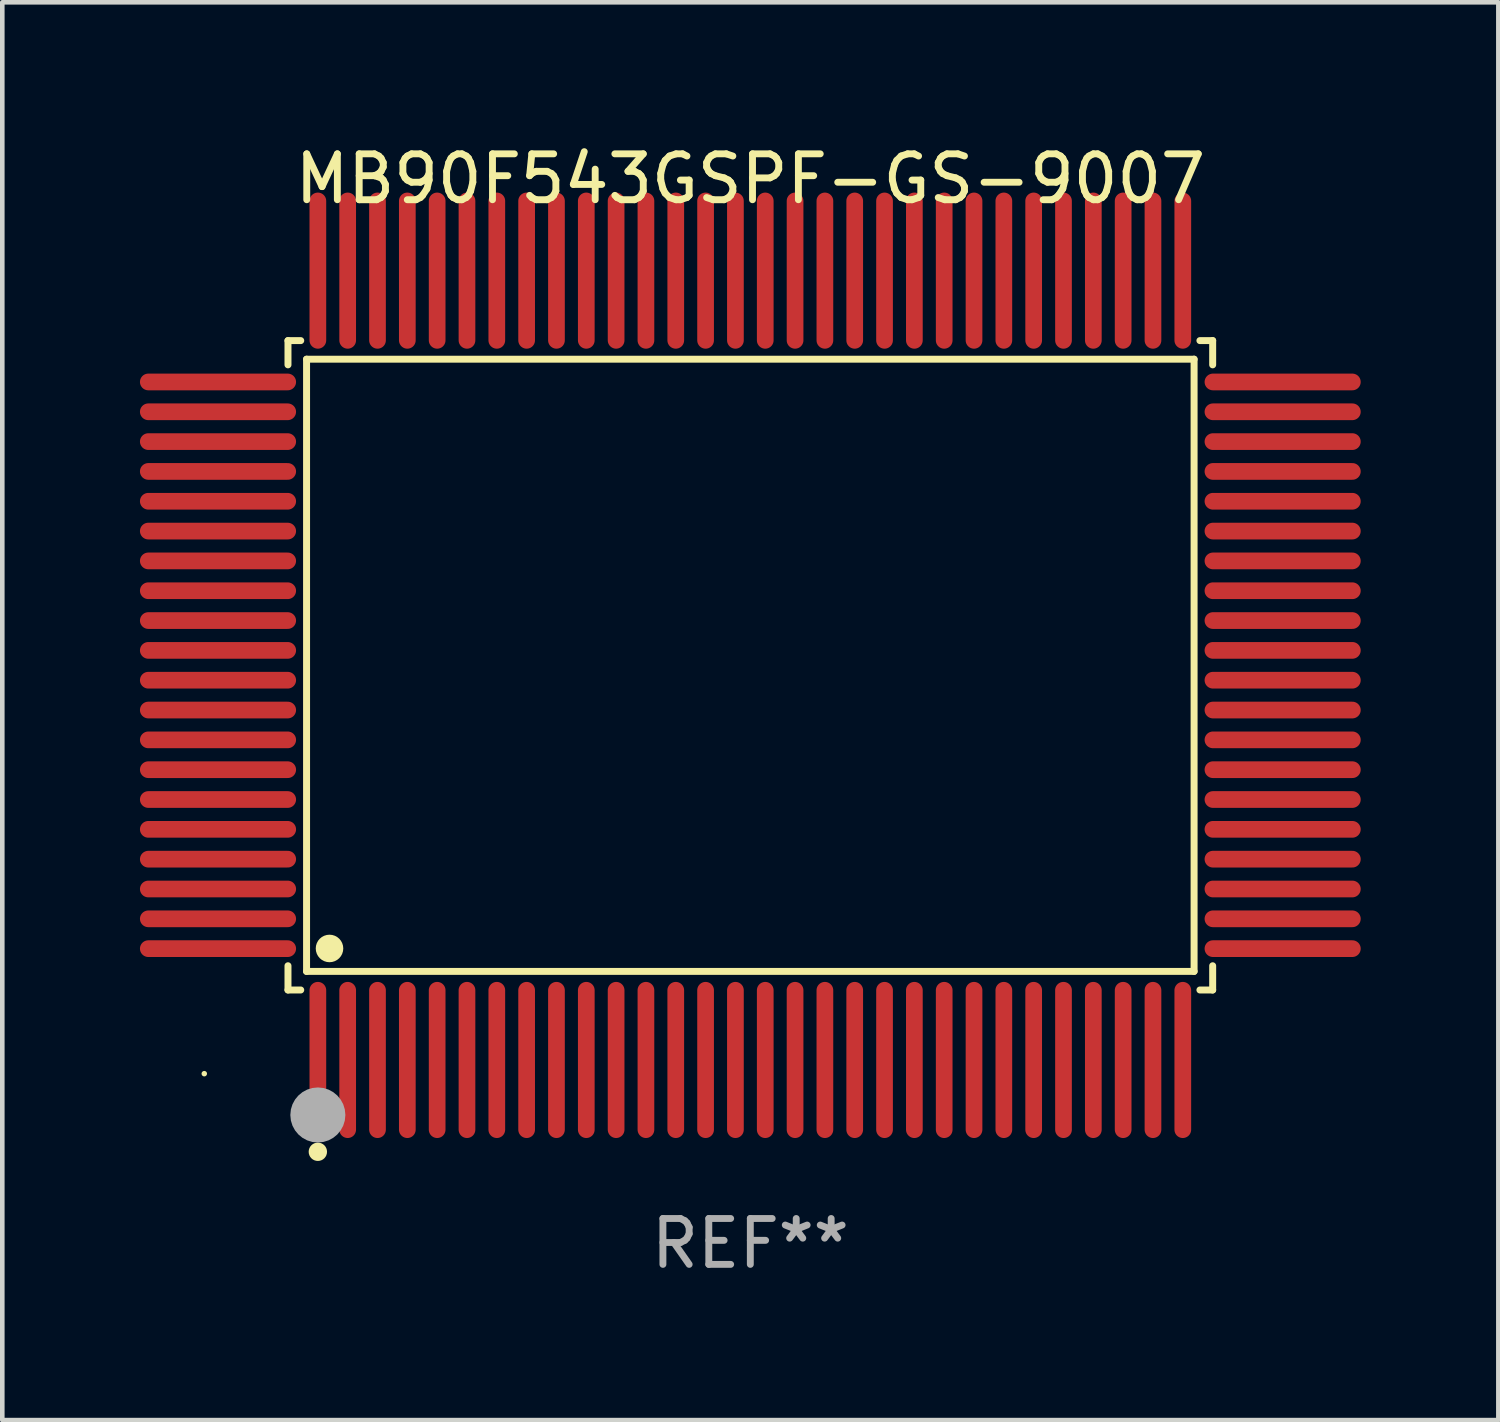
<source format=kicad_pcb>
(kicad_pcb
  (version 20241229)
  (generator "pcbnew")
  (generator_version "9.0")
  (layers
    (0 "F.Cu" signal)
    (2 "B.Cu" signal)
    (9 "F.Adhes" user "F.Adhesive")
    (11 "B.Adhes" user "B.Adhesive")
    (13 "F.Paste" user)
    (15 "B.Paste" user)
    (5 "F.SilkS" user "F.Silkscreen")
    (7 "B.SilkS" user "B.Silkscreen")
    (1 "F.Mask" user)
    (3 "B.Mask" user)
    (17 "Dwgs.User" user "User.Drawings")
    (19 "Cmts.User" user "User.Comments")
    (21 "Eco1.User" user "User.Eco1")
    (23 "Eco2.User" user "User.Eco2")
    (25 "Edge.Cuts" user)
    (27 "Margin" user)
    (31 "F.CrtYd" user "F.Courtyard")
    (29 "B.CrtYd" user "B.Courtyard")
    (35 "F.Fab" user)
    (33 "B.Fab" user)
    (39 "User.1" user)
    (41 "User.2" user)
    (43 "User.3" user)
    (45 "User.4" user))
  (footprint "MB90F543GSPF-GS-9007"
    (layer "F.Cu")
    (at 13.302 11.449)
    (property "Reference" "MB90F543GSPF-GS-9007" (at 0 -10.601 0) (layer "F.SilkS") (effects (font (size 1 1) (thickness 0.15))))
    (attr through_hole)
    (fp_line (start -10.076 -7.076) (end -9.798 -7.076) (stroke (width 0.152) (type solid)) (layer "F.SilkS"))
    (fp_line (start -10.076 -6.548) (end -10.076 -7.076) (stroke (width 0.152) (type solid)) (layer "F.SilkS"))
    (fp_line (start -10.076 6.548) (end -10.076 7.076) (stroke (width 0.152) (type solid)) (layer "F.SilkS"))
    (fp_line (start -10.076 7.076) (end -9.798 7.076) (stroke (width 0.152) (type solid)) (layer "F.SilkS"))
    (fp_line (start -9.671 -6.671) (end 9.671 -6.671) (stroke (width 0.152) (type solid)) (layer "F.SilkS"))
    (fp_line (start -9.671 6.671) (end -9.671 -6.671) (stroke (width 0.152) (type solid)) (layer "F.SilkS"))
    (fp_line (start 9.671 -6.671) (end 9.671 6.671) (stroke (width 0.152) (type solid)) (layer "F.SilkS"))
    (fp_line (start 9.671 6.671) (end -9.671 6.671) (stroke (width 0.152) (type solid)) (layer "F.SilkS"))
    (fp_line (start 10.076 -7.076) (end 9.798 -7.076) (stroke (width 0.152) (type solid)) (layer "F.SilkS"))
    (fp_line (start 10.076 -6.548) (end 10.076 -7.076) (stroke (width 0.152) (type solid)) (layer "F.SilkS"))
    (fp_line (start 10.076 6.548) (end 10.076 7.076) (stroke (width 0.152) (type solid)) (layer "F.SilkS"))
    (fp_line (start 10.076 7.076) (end 9.798 7.076) (stroke (width 0.152) (type solid)) (layer "F.SilkS"))
    (fp_circle (center -11.9 8.9) (end -11.87 8.9) (stroke (width 0.06) (type solid)) (fill no) (layer "F.SilkS"))
    (fp_circle (center -9.425 10.602) (end -9.325 10.602) (stroke (width 0.2) (type solid)) (fill no) (layer "F.SilkS"))
    (fp_circle (center -9.171 6.171) (end -9.021 6.171) (stroke (width 0.3) (type solid)) (fill no) (layer "F.SilkS"))
    (fp_circle (center -9.425 9.8) (end -9.125 9.8) (stroke (width 0.6) (type solid)) (fill no) (layer "F.Fab"))
    (fp_text user "REF**" (at 0 12.601 0) (layer "F.Fab") (effects (font (size 1 1) (thickness 0.15))))
    (pad "1" smd oval (at -9.425 8.601) (size 0.364 3.402) (layers "F.Cu" "F.Mask" "F.Paste"))
    (pad "2" smd oval (at -8.775 8.601) (size 0.364 3.402) (layers "F.Cu" "F.Mask" "F.Paste"))
    (pad "3" smd oval (at -8.125 8.601) (size 0.364 3.402) (layers "F.Cu" "F.Mask" "F.Paste"))
    (pad "4" smd oval (at -7.475 8.601) (size 0.364 3.402) (layers "F.Cu" "F.Mask" "F.Paste"))
    (pad "5" smd oval (at -6.825 8.601) (size 0.364 3.402) (layers "F.Cu" "F.Mask" "F.Paste"))
    (pad "6" smd oval (at -6.175 8.601) (size 0.364 3.402) (layers "F.Cu" "F.Mask" "F.Paste"))
    (pad "7" smd oval (at -5.525 8.601) (size 0.364 3.402) (layers "F.Cu" "F.Mask" "F.Paste"))
    (pad "8" smd oval (at -4.875 8.601) (size 0.364 3.402) (layers "F.Cu" "F.Mask" "F.Paste"))
    (pad "9" smd oval (at -4.225 8.601) (size 0.364 3.402) (layers "F.Cu" "F.Mask" "F.Paste"))
    (pad "10" smd oval (at -3.575 8.601) (size 0.364 3.402) (layers "F.Cu" "F.Mask" "F.Paste"))
    (pad "11" smd oval (at -2.925 8.601) (size 0.364 3.402) (layers "F.Cu" "F.Mask" "F.Paste"))
    (pad "12" smd oval (at -2.275 8.601) (size 0.364 3.402) (layers "F.Cu" "F.Mask" "F.Paste"))
    (pad "13" smd oval (at -1.625 8.601) (size 0.364 3.402) (layers "F.Cu" "F.Mask" "F.Paste"))
    (pad "14" smd oval (at -0.975 8.601) (size 0.364 3.402) (layers "F.Cu" "F.Mask" "F.Paste"))
    (pad "15" smd oval (at -0.325 8.601) (size 0.364 3.402) (layers "F.Cu" "F.Mask" "F.Paste"))
    (pad "16" smd oval (at 0.325 8.601) (size 0.364 3.402) (layers "F.Cu" "F.Mask" "F.Paste"))
    (pad "17" smd oval (at 0.975 8.601) (size 0.364 3.402) (layers "F.Cu" "F.Mask" "F.Paste"))
    (pad "18" smd oval (at 1.625 8.601) (size 0.364 3.402) (layers "F.Cu" "F.Mask" "F.Paste"))
    (pad "19" smd oval (at 2.275 8.601) (size 0.364 3.402) (layers "F.Cu" "F.Mask" "F.Paste"))
    (pad "20" smd oval (at 2.925 8.601) (size 0.364 3.402) (layers "F.Cu" "F.Mask" "F.Paste"))
    (pad "21" smd oval (at 3.575 8.601) (size 0.364 3.402) (layers "F.Cu" "F.Mask" "F.Paste"))
    (pad "22" smd oval (at 4.225 8.601) (size 0.364 3.402) (layers "F.Cu" "F.Mask" "F.Paste"))
    (pad "23" smd oval (at 4.875 8.601) (size 0.364 3.402) (layers "F.Cu" "F.Mask" "F.Paste"))
    (pad "24" smd oval (at 5.525 8.601) (size 0.364 3.402) (layers "F.Cu" "F.Mask" "F.Paste"))
    (pad "25" smd oval (at 6.175 8.601) (size 0.364 3.402) (layers "F.Cu" "F.Mask" "F.Paste"))
    (pad "26" smd oval (at 6.825 8.601) (size 0.364 3.402) (layers "F.Cu" "F.Mask" "F.Paste"))
    (pad "27" smd oval (at 7.475 8.601) (size 0.364 3.402) (layers "F.Cu" "F.Mask" "F.Paste"))
    (pad "28" smd oval (at 8.125 8.601) (size 0.364 3.402) (layers "F.Cu" "F.Mask" "F.Paste"))
    (pad "29" smd oval (at 8.775 8.601) (size 0.364 3.402) (layers "F.Cu" "F.Mask" "F.Paste"))
    (pad "30" smd oval (at 9.425 8.601) (size 0.364 3.402) (layers "F.Cu" "F.Mask" "F.Paste"))
    (pad "31" smd oval (at 11.601 6.175) (size 3.402 0.364) (layers "F.Cu" "F.Mask" "F.Paste"))
    (pad "32" smd oval (at 11.601 5.525) (size 3.402 0.364) (layers "F.Cu" "F.Mask" "F.Paste"))
    (pad "33" smd oval (at 11.601 4.875) (size 3.402 0.364) (layers "F.Cu" "F.Mask" "F.Paste"))
    (pad "34" smd oval (at 11.601 4.225) (size 3.402 0.364) (layers "F.Cu" "F.Mask" "F.Paste"))
    (pad "35" smd oval (at 11.601 3.575) (size 3.402 0.364) (layers "F.Cu" "F.Mask" "F.Paste"))
    (pad "36" smd oval (at 11.601 2.925) (size 3.402 0.364) (layers "F.Cu" "F.Mask" "F.Paste"))
    (pad "37" smd oval (at 11.601 2.275) (size 3.402 0.364) (layers "F.Cu" "F.Mask" "F.Paste"))
    (pad "38" smd oval (at 11.601 1.625) (size 3.402 0.364) (layers "F.Cu" "F.Mask" "F.Paste"))
    (pad "39" smd oval (at 11.601 0.975) (size 3.402 0.364) (layers "F.Cu" "F.Mask" "F.Paste"))
    (pad "40" smd oval (at 11.601 0.325) (size 3.402 0.364) (layers "F.Cu" "F.Mask" "F.Paste"))
    (pad "41" smd oval (at 11.601 -0.325) (size 3.402 0.364) (layers "F.Cu" "F.Mask" "F.Paste"))
    (pad "42" smd oval (at 11.601 -0.975) (size 3.402 0.364) (layers "F.Cu" "F.Mask" "F.Paste"))
    (pad "43" smd oval (at 11.601 -1.625) (size 3.402 0.364) (layers "F.Cu" "F.Mask" "F.Paste"))
    (pad "44" smd oval (at 11.601 -2.275) (size 3.402 0.364) (layers "F.Cu" "F.Mask" "F.Paste"))
    (pad "45" smd oval (at 11.601 -2.925) (size 3.402 0.364) (layers "F.Cu" "F.Mask" "F.Paste"))
    (pad "46" smd oval (at 11.601 -3.575) (size 3.402 0.364) (layers "F.Cu" "F.Mask" "F.Paste"))
    (pad "47" smd oval (at 11.601 -4.225) (size 3.402 0.364) (layers "F.Cu" "F.Mask" "F.Paste"))
    (pad "48" smd oval (at 11.601 -4.875) (size 3.402 0.364) (layers "F.Cu" "F.Mask" "F.Paste"))
    (pad "49" smd oval (at 11.601 -5.525) (size 3.402 0.364) (layers "F.Cu" "F.Mask" "F.Paste"))
    (pad "50" smd oval (at 11.601 -6.175) (size 3.402 0.364) (layers "F.Cu" "F.Mask" "F.Paste"))
    (pad "51" smd oval (at 9.425 -8.601) (size 0.364 3.402) (layers "F.Cu" "F.Mask" "F.Paste"))
    (pad "52" smd oval (at 8.775 -8.601) (size 0.364 3.402) (layers "F.Cu" "F.Mask" "F.Paste"))
    (pad "53" smd oval (at 8.125 -8.601) (size 0.364 3.402) (layers "F.Cu" "F.Mask" "F.Paste"))
    (pad "54" smd oval (at 7.475 -8.601) (size 0.364 3.402) (layers "F.Cu" "F.Mask" "F.Paste"))
    (pad "55" smd oval (at 6.825 -8.601) (size 0.364 3.402) (layers "F.Cu" "F.Mask" "F.Paste"))
    (pad "56" smd oval (at 6.175 -8.601) (size 0.364 3.402) (layers "F.Cu" "F.Mask" "F.Paste"))
    (pad "57" smd oval (at 5.525 -8.601) (size 0.364 3.402) (layers "F.Cu" "F.Mask" "F.Paste"))
    (pad "58" smd oval (at 4.875 -8.601) (size 0.364 3.402) (layers "F.Cu" "F.Mask" "F.Paste"))
    (pad "59" smd oval (at 4.225 -8.601) (size 0.364 3.402) (layers "F.Cu" "F.Mask" "F.Paste"))
    (pad "60" smd oval (at 3.575 -8.601) (size 0.364 3.402) (layers "F.Cu" "F.Mask" "F.Paste"))
    (pad "61" smd oval (at 2.925 -8.601) (size 0.364 3.402) (layers "F.Cu" "F.Mask" "F.Paste"))
    (pad "62" smd oval (at 2.275 -8.601) (size 0.364 3.402) (layers "F.Cu" "F.Mask" "F.Paste"))
    (pad "63" smd oval (at 1.625 -8.601) (size 0.364 3.402) (layers "F.Cu" "F.Mask" "F.Paste"))
    (pad "64" smd oval (at 0.975 -8.601) (size 0.364 3.402) (layers "F.Cu" "F.Mask" "F.Paste"))
    (pad "65" smd oval (at 0.325 -8.601) (size 0.364 3.402) (layers "F.Cu" "F.Mask" "F.Paste"))
    (pad "66" smd oval (at -0.325 -8.601) (size 0.364 3.402) (layers "F.Cu" "F.Mask" "F.Paste"))
    (pad "67" smd oval (at -0.975 -8.601) (size 0.364 3.402) (layers "F.Cu" "F.Mask" "F.Paste"))
    (pad "68" smd oval (at -1.625 -8.601) (size 0.364 3.402) (layers "F.Cu" "F.Mask" "F.Paste"))
    (pad "69" smd oval (at -2.275 -8.601) (size 0.364 3.402) (layers "F.Cu" "F.Mask" "F.Paste"))
    (pad "70" smd oval (at -2.925 -8.601) (size 0.364 3.402) (layers "F.Cu" "F.Mask" "F.Paste"))
    (pad "71" smd oval (at -3.575 -8.601) (size 0.364 3.402) (layers "F.Cu" "F.Mask" "F.Paste"))
    (pad "72" smd oval (at -4.225 -8.601) (size 0.364 3.402) (layers "F.Cu" "F.Mask" "F.Paste"))
    (pad "73" smd oval (at -4.875 -8.601) (size 0.364 3.402) (layers "F.Cu" "F.Mask" "F.Paste"))
    (pad "74" smd oval (at -5.525 -8.601) (size 0.364 3.402) (layers "F.Cu" "F.Mask" "F.Paste"))
    (pad "75" smd oval (at -6.175 -8.601) (size 0.364 3.402) (layers "F.Cu" "F.Mask" "F.Paste"))
    (pad "76" smd oval (at -6.825 -8.601) (size 0.364 3.402) (layers "F.Cu" "F.Mask" "F.Paste"))
    (pad "77" smd oval (at -7.475 -8.601) (size 0.364 3.402) (layers "F.Cu" "F.Mask" "F.Paste"))
    (pad "78" smd oval (at -8.125 -8.601) (size 0.364 3.402) (layers "F.Cu" "F.Mask" "F.Paste"))
    (pad "79" smd oval (at -8.775 -8.601) (size 0.364 3.402) (layers "F.Cu" "F.Mask" "F.Paste"))
    (pad "80" smd oval (at -9.425 -8.601) (size 0.364 3.402) (layers "F.Cu" "F.Mask" "F.Paste"))
    (pad "81" smd oval (at -11.601 -6.175) (size 3.402 0.364) (layers "F.Cu" "F.Mask" "F.Paste"))
    (pad "82" smd oval (at -11.601 -5.525) (size 3.402 0.364) (layers "F.Cu" "F.Mask" "F.Paste"))
    (pad "83" smd oval (at -11.601 -4.875) (size 3.402 0.364) (layers "F.Cu" "F.Mask" "F.Paste"))
    (pad "84" smd oval (at -11.601 -4.225) (size 3.402 0.364) (layers "F.Cu" "F.Mask" "F.Paste"))
    (pad "85" smd oval (at -11.601 -3.575) (size 3.402 0.364) (layers "F.Cu" "F.Mask" "F.Paste"))
    (pad "86" smd oval (at -11.601 -2.925) (size 3.402 0.364) (layers "F.Cu" "F.Mask" "F.Paste"))
    (pad "87" smd oval (at -11.601 -2.275) (size 3.402 0.364) (layers "F.Cu" "F.Mask" "F.Paste"))
    (pad "88" smd oval (at -11.601 -1.625) (size 3.402 0.364) (layers "F.Cu" "F.Mask" "F.Paste"))
    (pad "89" smd oval (at -11.601 -0.975) (size 3.402 0.364) (layers "F.Cu" "F.Mask" "F.Paste"))
    (pad "90" smd oval (at -11.601 -0.325) (size 3.402 0.364) (layers "F.Cu" "F.Mask" "F.Paste"))
    (pad "91" smd oval (at -11.601 0.325) (size 3.402 0.364) (layers "F.Cu" "F.Mask" "F.Paste"))
    (pad "92" smd oval (at -11.601 0.975) (size 3.402 0.364) (layers "F.Cu" "F.Mask" "F.Paste"))
    (pad "93" smd oval (at -11.601 1.625) (size 3.402 0.364) (layers "F.Cu" "F.Mask" "F.Paste"))
    (pad "94" smd oval (at -11.601 2.275) (size 3.402 0.364) (layers "F.Cu" "F.Mask" "F.Paste"))
    (pad "95" smd oval (at -11.601 2.925) (size 3.402 0.364) (layers "F.Cu" "F.Mask" "F.Paste"))
    (pad "96" smd oval (at -11.601 3.575) (size 3.402 0.364) (layers "F.Cu" "F.Mask" "F.Paste"))
    (pad "97" smd oval (at -11.601 4.225) (size 3.402 0.364) (layers "F.Cu" "F.Mask" "F.Paste"))
    (pad "98" smd oval (at -11.601 4.875) (size 3.402 0.364) (layers "F.Cu" "F.Mask" "F.Paste"))
    (pad "99" smd oval (at -11.601 5.525) (size 3.402 0.364) (layers "F.Cu" "F.Mask" "F.Paste"))
    (pad "100" smd oval (at -11.601 6.175) (size 3.402 0.364) (layers "F.Cu" "F.Mask" "F.Paste")))
  (gr_rect
    (start -3 -3)
    (end 29.604 27.898)
    (stroke (width 0.1) (type default))
    (fill no)
    (layer "Edge.Cuts")))
</source>
